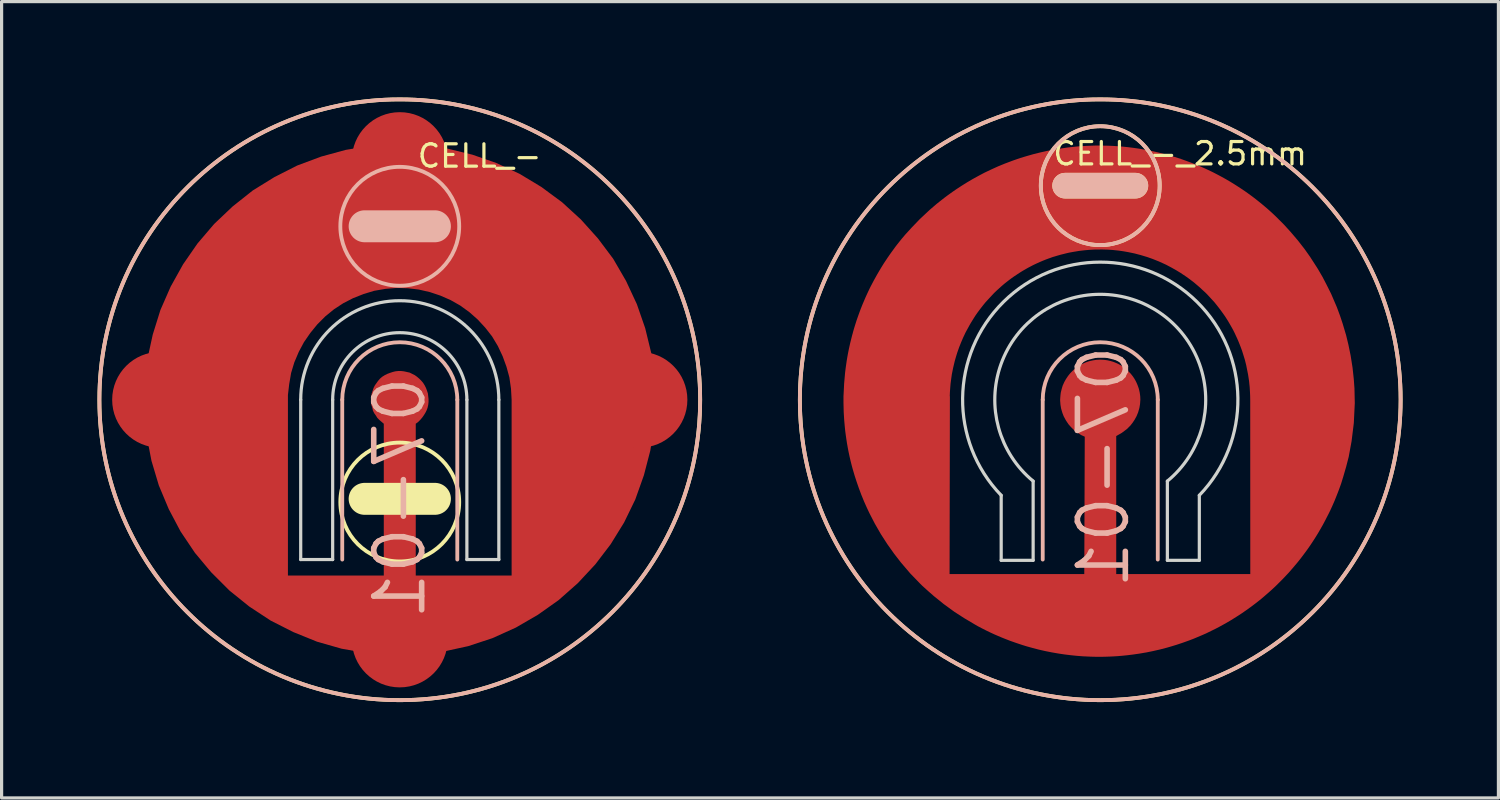
<source format=kicad_pcb>
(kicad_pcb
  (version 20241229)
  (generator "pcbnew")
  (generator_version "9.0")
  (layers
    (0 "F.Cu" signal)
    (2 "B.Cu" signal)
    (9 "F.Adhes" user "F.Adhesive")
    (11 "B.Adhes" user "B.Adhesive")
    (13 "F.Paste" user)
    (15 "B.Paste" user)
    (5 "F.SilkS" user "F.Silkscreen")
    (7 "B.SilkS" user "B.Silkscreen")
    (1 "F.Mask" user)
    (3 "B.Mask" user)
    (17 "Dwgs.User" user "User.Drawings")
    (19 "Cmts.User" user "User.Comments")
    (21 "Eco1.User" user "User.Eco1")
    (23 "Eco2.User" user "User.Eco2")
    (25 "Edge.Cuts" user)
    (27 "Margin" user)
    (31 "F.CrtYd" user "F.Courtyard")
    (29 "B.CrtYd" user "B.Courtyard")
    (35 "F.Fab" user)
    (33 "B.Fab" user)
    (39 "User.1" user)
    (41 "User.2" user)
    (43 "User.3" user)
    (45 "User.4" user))
  (footprint "CELL_-"
    (layer "F.Cu")
    (at 9.46 9.531)
    (property "Reference" "CELL_-" (at 2.5 -7.7 0) (layer "F.SilkS") (effects (font (size 0.7 0.7) (thickness 0.1))))
    (property "Number" "07-01" (at 0 0 0) (layer "F.Fab") (hide yes) (effects (font (size 1.27 1.27) (thickness 0.15))))
    (attr through_hole)
    (fp_line (start -1.1 3.029) (end 1.1 3.029) (stroke (width 1) (type solid)) (layer "F.SilkS"))
    (fp_circle (center 0 -0.071) (end 9.4 -0.071) (stroke (width 0.12) (type solid)) (fill no) (layer "F.SilkS"))
    (fp_circle (center 0 3.129) (end -1.5 2.029) (stroke (width 0.12) (type solid)) (fill no) (layer "F.SilkS"))
    (fp_line (start -1.8 -0.071) (end -1.8 4.929) (stroke (width 0.12) (type solid)) (layer "B.SilkS"))
    (fp_line (start -1.1 -5.5) (end 1.1 -5.5) (stroke (width 1) (type solid)) (layer "B.SilkS"))
    (fp_line (start 1.8 -0.071) (end 1.8 4.929) (stroke (width 0.12) (type solid)) (layer "B.SilkS"))
    (fp_arc (start -1.8 -0.070892) (mid 0 -1.870892) (end 1.8 -0.070892) (stroke (width 0.12) (type solid)) (layer "B.SilkS"))
    (fp_circle (center 0 -5.5) (end 1.86 -5.5) (stroke (width 0.12) (type solid)) (fill no) (layer "B.SilkS"))
    (fp_circle (center 0 -0.071) (end 9.4 -0.071) (stroke (width 0.12) (type solid)) (fill no) (layer "B.SilkS"))
    (fp_line (start -3.1 -0.071) (end -3.1 4.929) (stroke (width 0.1) (type solid)) (layer "Edge.Cuts"))
    (fp_line (start -3.1 4.929) (end -2.1 4.929) (stroke (width 0.1) (type solid)) (layer "Edge.Cuts"))
    (fp_line (start -2.1 4.929) (end -2.1 -0.071) (stroke (width 0.1) (type solid)) (layer "Edge.Cuts"))
    (fp_line (start 2.1 -0.071) (end 2.1 4.929) (stroke (width 0.1) (type solid)) (layer "Edge.Cuts"))
    (fp_line (start 2.1 4.929) (end 3.1 4.929) (stroke (width 0.1) (type solid)) (layer "Edge.Cuts"))
    (fp_line (start 3.1 4.929) (end 3.1 -0.071) (stroke (width 0.1) (type solid)) (layer "Edge.Cuts"))
    (fp_arc (start -3.1 -0.070892) (mid 0 -3.170892) (end 3.1 -0.070892) (stroke (width 0.1) (type solid)) (layer "Edge.Cuts"))
    (fp_arc (start -2.1 -0.070892) (mid 0 -2.170892) (end 2.1 -0.070892) (stroke (width 0.1) (type solid)) (layer "Edge.Cuts"))
    (fp_text user "${Number}" (at 0 3 90) (layer "B.SilkS") (effects (font (size 1.5 1.5) (thickness 0.175)) (justify mirror)))
    (pad "" smd circle (at 0 -0.071) (size 1.8 1.8) (layers "F.Mask"))
    (pad "" smd circle (at 0 -0.071) (size 4 4) (layers "F.Paste"))
    (pad "1" smd circle (at -7.5 -0.071) (size 3 3) (layers "F.Cu"))
    (pad "1" smd circle (at 0 -7.571) (size 3 3) (layers "F.Cu"))
    (pad "1" smd custom (at 0 -0.071) (size 1 1) (layers "F.Cu") (options (anchor circle)) (primitives (gr_poly (pts (xy -6.41 4.79) (xy -6.86 4.12) (xy -7.23 3.42) (xy -7.54 2.68) (xy -7.77 1.91) (xy -7.92 1.13) (xy -7.99 0.33) (xy -7.99 -0.47) (xy -7.9 -1.26) (xy -7.73 -2.04) (xy -7.49 -2.81) (xy -7.17 -3.54) (xy -6.78 -4.24) (xy -6.33 -4.89) (xy -5.81 -5.5) (xy -5.23 -6.05) (xy -4.6 -6.55) (xy -3.92 -6.97) (xy -3.21 -7.33) (xy -2.46 -7.61) (xy -1.69 -7.82) (xy -0.9 -7.95) (xy -0.1 -8) (xy 0.7 -7.97) (xy 1.49 -7.86) (xy 2.27 -7.67) (xy 3.02 -7.41) (xy 3.75 -7.07) (xy 4.43 -6.66) (xy 5.08 -6.18) (xy 5.67 -5.64) (xy 6.2 -5.05) (xy 6.68 -4.41) (xy 7.08 -3.72) (xy 7.42 -2.99) (xy 7.68 -2.24) (xy 7.87 -1.46) (xy 7.97 -0.66) (xy 7.995 0) (xy 8 0) (xy 7.997 0.056) (xy 8 0.13) (xy 7.994 0.13) (xy 7.96 0.8) (xy 7.84 1.59) (xy 7.64 2.36) (xy 7.37 3.12) (xy 7.02 3.84) (xy 6.6 4.52) (xy 6.12 5.15) (xy 5.57 5.74) (xy 4.97 6.27) (xy 4.32 6.73) (xy 3.63 7.13) (xy 2.9 7.46) (xy 2.14 7.71) (xy 1.36 7.88) (xy 0.57 7.98) (xy -0.23 8) (xy -1.03 7.93) (xy -1.82 7.79) (xy -2.59 7.57) (xy -3.33 7.27) (xy -4.04 6.91) (xy -4.71 6.47) (xy -5.33 5.97) (xy -5.8 5.5) (xy -3.5 5.5) (xy -0.5 5.5) (xy -0.5 0.75) (xy -0.64 0.63) (xy -0.7 0.57) (xy -0.75 0.49) (xy -0.8 0.42) (xy -0.84 0.34) (xy -0.86 0.25) (xy -0.89 0.16) (xy -0.9 0.07) (xy -0.9 -0.02) (xy -0.89 -0.11) (xy -0.88 -0.19) (xy -0.82 -0.37) (xy -0.78 -0.45) (xy -0.68 -0.59) (xy -0.62 -0.66) (xy -0.55 -0.72) (xy -0.47 -0.77) (xy -0.39 -0.81) (xy -0.31 -0.84) (xy -0.22 -0.87) (xy -0.14 -0.89) (xy -0.05 -0.9) (xy 0.04 -0.9) (xy 0.13 -0.89) (xy 0.31 -0.85) (xy 0.47 -0.77) (xy 0.54 -0.72) (xy 0.61 -0.66) (xy 0.67 -0.6) (xy 0.73 -0.53) (xy 0.78 -0.45) (xy 0.82 -0.37) (xy 0.85 -0.29) (xy 0.88 -0.2) (xy 0.9 -0.02) (xy 0.9 0.07) (xy 0.89 0.16) (xy 0.87 0.25) (xy 0.84 0.33) (xy 0.8 0.41) (xy 0.75 0.49) (xy 0.7 0.56) (xy 0.64 0.63) (xy 0.58 0.69) (xy 0.5 0.75) (xy 0.5 5.5) (xy 3.5 5.5) (xy 3.5 0) (xy 3.48 -0.35) (xy 3.43 -0.7) (xy 3.34 -1.03) (xy 3.22 -1.36) (xy 3.07 -1.68) (xy 2.89 -1.98) (xy 2.68 -2.25) (xy 2.44 -2.51) (xy 2.18 -2.74) (xy 1.89 -2.95) (xy 1.59 -3.12) (xy 1.27 -3.26) (xy 0.94 -3.37) (xy 0.59 -3.45) (xy 0.25 -3.49) (xy -0.1 -3.5) (xy -0.45 -3.47) (xy -0.8 -3.41) (xy -1.13 -3.31) (xy -1.46 -3.18) (xy -1.77 -3.02) (xy -2.06 -2.83) (xy -2.33 -2.61) (xy -2.58 -2.36) (xy -2.8 -2.09) (xy -3 -1.8) (xy -3.16 -1.5) (xy -3.3 -1.17) (xy -3.4 -0.84) (xy -3.46 -0.49) (xy -3.5 -0.15) (xy -3.5 5.5) (xy -5.8 5.5) (xy -5.9 5.4)) (width 0) (fill yes))))
    (pad "1" smd circle (at 0 7.429) (size 3 3) (layers "F.Cu"))
    (pad "1" smd circle (at 7.5 -0.071) (size 3 3) (layers "F.Cu"))
    (zone (net_name "") (layers "F.Cu" "B.Cu") (hatch edge 0.508) (connect_pads) (min_thickness 0.254) (filled_areas_thickness no) (keepout (tracks not_allowed) (vias not_allowed) (pads allowed) (copperpour not_allowed) (footprints allowed)) (placement (enabled no)) (fill) (polygon (pts (xy 11.56 9.231) (xy 11.46 8.631) (xy 11.16 8.131) (xy 10.66 7.631) (xy 10.26 7.431) (xy 9.56 7.331) (xy 9.5 8.531) (xy 9.68 8.561) (xy 9.85 8.621) (xy 10 8.711) (xy 10.13 8.831) (xy 10.215 8.941) (xy 10.28 9.061) (xy 10.34 9.231) (xy 10.36 9.411) (xy 10.355 9.546) (xy 10.33 9.681) (xy 10.28 9.801) (xy 10.21 9.921) (xy 10.1 10.061) (xy 9.96 10.181) (xy 8.96 10.181) (xy 8.82 10.061) (xy 8.71 9.921) (xy 8.62 9.771) (xy 8.565 9.546) (xy 8.57 9.321) (xy 8.61 9.151) (xy 8.68 8.981) (xy 8.78 8.841) (xy 8.91 8.711) (xy 9.07 8.621) (xy 9.24 8.561) (xy 9.41 8.531) (xy 9.36 7.331) (xy 9.06 7.331) (xy 8.66 7.431) (xy 8.16 7.731) (xy 7.76 8.131) (xy 7.56 8.531) (xy 7.36 9.031) (xy 7.36 9.431) (xy 7.36 9.931) (xy 7.36 14.931) (xy 11.56 14.931) (xy 11.56 9.931)))))
  (footprint "CELL_-_2.5mm"
    (layer "F.Cu")
    (at 31.38 9.46)
    (property "Reference" "CELL_-_2.5mm" (at 2.5 -7.7 0) (layer "F.SilkS") (effects (font (size 0.7 0.7) (thickness 0.1))))
    (property "Number" "07-01" (at 0 0 0) (layer "F.Fab") (hide yes) (effects (font (size 1.27 1.27) (thickness 0.15))))
    (attr through_hole exclude_from_pos_files exclude_from_bom)
    (fp_line (start -1.1 -6.7) (end 1.1 -6.7) (stroke (width 0.8) (type solid)) (layer "F.SilkS"))
    (fp_circle (center 0 -6.7) (end 1.86 -6.7) (stroke (width 0.12) (type solid)) (fill no) (layer "F.SilkS"))
    (fp_circle (center 0 0) (end 9.4 0) (stroke (width 0.12) (type solid)) (fill no) (layer "F.SilkS"))
    (fp_line (start -1.8 0) (end -1.8 5) (stroke (width 0.12) (type solid)) (layer "B.SilkS"))
    (fp_line (start -1.1 -6.7) (end 1.1 -6.7) (stroke (width 0.8) (type solid)) (layer "B.SilkS"))
    (fp_line (start 1.8 0) (end 1.8 5) (stroke (width 0.12) (type solid)) (layer "B.SilkS"))
    (fp_arc (start -1.8 0) (mid 0 -1.8) (end 1.8 0) (stroke (width 0.12) (type solid)) (layer "B.SilkS"))
    (fp_circle (center 0 -6.7) (end 1.86 -6.7) (stroke (width 0.12) (type solid)) (fill no) (layer "B.SilkS"))
    (fp_circle (center 0 0) (end 9.4 0) (stroke (width 0.12) (type solid)) (fill no) (layer "B.SilkS"))
    (fp_line (start -3.1 2.991) (end -3.1 5.024) (stroke (width 0.1) (type solid)) (layer "Edge.Cuts"))
    (fp_line (start -3.1 5.024) (end -2.1 5.024) (stroke (width 0.1) (type solid)) (layer "Edge.Cuts"))
    (fp_line (start -2.1 5.024) (end -2.1 2.546) (stroke (width 0.1) (type solid)) (layer "Edge.Cuts"))
    (fp_line (start 2.1 2.546) (end 2.1 5.024) (stroke (width 0.1) (type solid)) (layer "Edge.Cuts"))
    (fp_line (start 2.1 5.024) (end 3.1 5.024) (stroke (width 0.1) (type solid)) (layer "Edge.Cuts"))
    (fp_line (start 3.1 5.024) (end 3.1 2.991) (stroke (width 0.1) (type solid)) (layer "Edge.Cuts"))
    (fp_arc (start -3.1 2.9906) (mid 0 -4.307333) (end 3.1 2.9906) (stroke (width 0.1) (type solid)) (layer "Edge.Cuts"))
    (fp_arc (start -2.1 2.54576) (mid 0 -3.300141) (end 2.1 2.54576) (stroke (width 0.1) (type solid)) (layer "Edge.Cuts"))
    (fp_text user "${Number}" (at 0.1 2.1 90) (unlocked yes) (layer "B.SilkS") (effects (font (size 1.5 1.5) (thickness 0.175)) (justify mirror)))
    (pad "" smd circle (at 0 0) (size 2.5 2.5) (layers "F.Mask"))
    (pad "" smd circle (at 0 0) (size 5.6 5.6) (layers "F.Paste"))
    (pad "1" smd custom (at -0.005 0.095) (size 1 1) (layers "F.Cu") (options (anchor rect)) (primitives (gr_poly (pts (xy 0.11 -1.345) (xy 0.16 -1.34) (xy 0.23 -1.33) (xy 0.32 -1.31) (xy 0.41 -1.283) (xy 0.47 -1.26) (xy 0.54 -1.23) (xy 0.6 -1.2) (xy 0.7 -1.14) (xy 0.77 -1.09) (xy 0.83 -1.04) (xy 0.96 -0.91) (xy 1.03 -0.82) (xy 1.07 -0.76) (xy 1.11 -0.69) (xy 1.14 -0.63) (xy 1.17 -0.56) (xy 1.199 -0.48) (xy 1.209 -0.45) (xy 1.22 -0.41) (xy 1.229 -0.37) (xy 1.24 -0.32) (xy 1.25 -0.25) (xy 1.256 -0.2) (xy 1.258 -0.15) (xy 1.26 -0.1) (xy 1.25 0.04) (xy 1.23 0.16) (xy 1.19 0.3) (xy 1.14 0.42) (xy 1.08 0.53) (xy 1.02 0.62) (xy 0.95 0.71) (xy 0.84 0.82) (xy 0.68 0.94) (xy 0.61 0.98) (xy 0.505 1.04) (xy 0.505 5.36) (xy 4.71 5.36) (xy 5.78 5.335) (xy 5.57 5.56) (xy 5.03 6.085) (xy 4.505 6.46) (xy 3.78 6.91) (xy 3.605 7.01) (xy 2.93 7.31) (xy 2.18 7.56) (xy 1.405 7.735) (xy 0.58 7.835) (xy -0.22 7.86) (xy -1.07 7.785) (xy -1.77 7.66) (xy -2.57 7.435) (xy -3.32 7.135) (xy -3.995 6.785) (xy -4.695 6.335) (xy -5.32 5.835) (xy -5.87 5.36) (xy -0.495 5.36) (xy -0.48 1.06) (xy -0.59 1.01) (xy -0.72 0.93) (xy -0.83 0.84) (xy -0.92 0.75) (xy -0.99 0.67) (xy -1.07 0.55) (xy -1.14 0.42) (xy -1.182 0.31) (xy -1.22 0.18) (xy -1.24 0.06) (xy -1.25 -0.07) (xy -1.25 -0.11) (xy -1.24 -0.24) (xy -1.23 -0.32) (xy -1.2 -0.44) (xy -1.17 -0.54) (xy -1.12 -0.65) (xy -1.07 -0.74) (xy -1.01 -0.83) (xy -0.98 -0.87) (xy -0.93 -0.93) (xy -0.85 -1.011) (xy -0.82 -1.04) (xy -0.76 -1.09) (xy -0.69 -1.14) (xy -0.59 -1.2) (xy -0.53 -1.23) (xy -0.46 -1.26) (xy -0.38 -1.29) (xy -0.31 -1.31) (xy -0.22 -1.329) (xy -0.15 -1.34) (xy -0.11 -1.345) (xy -0.02 -1.35) (xy 0.02 -1.35)) (width 0) (fill yes)) (gr_poly (pts (xy 0.26 -8.045) (xy 0.38 -8.04) (xy 0.47 -8.035) (xy 0.67 -8.02) (xy 0.725 -8.015) (xy 0.87 -8) (xy 1.03 -7.98) (xy 1.17 -7.96) (xy 1.235 -7.95) (xy 1.35 -7.93) (xy 1.46 -7.91) (xy 1.66 -7.87) (xy 1.75 -7.85) (xy 1.815 -7.835) (xy 1.887 -7.817) (xy 2.03 -7.78) (xy 2.14 -7.75) (xy 2.28 -7.71) (xy 2.44 -7.66) (xy 2.56 -7.62) (xy 2.615 -7.6) (xy 2.672 -7.58) (xy 2.726 -7.56) (xy 2.86 -7.51) (xy 3.01 -7.45) (xy 3.095 -7.415) (xy 3.147 -7.393) (xy 3.184 -7.376) (xy 3.237 -7.353) (xy 3.281 -7.333) (xy 3.351 -7.301) (xy 3.5 -7.23) (xy 3.58 -7.19) (xy 3.685 -7.135) (xy 3.77 -7.09) (xy 3.88 -7.03) (xy 3.95 -6.99) (xy 4.07 -6.92) (xy 4.2 -6.84) (xy 4.31 -6.77) (xy 4.55 -6.61) (xy 4.62 -6.56) (xy 4.73 -6.48) (xy 4.81 -6.42) (xy 4.875 -6.37) (xy 4.933 -6.324) (xy 5.05 -6.23) (xy 5.145 -6.15) (xy 5.228 -6.08) (xy 5.34 -5.98) (xy 5.4 -5.925) (xy 5.5 -5.83) (xy 5.76 -5.57) (xy 5.96 -5.35) (xy 6.19 -5.08) (xy 6.4 -4.81) (xy 6.57 -4.57) (xy 6.809 -4.199) (xy 6.96 -3.94) (xy 7.09 -3.69) (xy 7.23 -3.41) (xy 7.41 -2.99) (xy 7.51 -2.72) (xy 7.59 -2.48) (xy 7.7 -2.11) (xy 7.77 -1.82) (xy 7.84 -1.48) (xy 7.9 -1.1) (xy 7.939 -0.74) (xy 7.96 -0.45) (xy 7.97 0.01) (xy 7.94 0.63) (xy 7.87 1.2) (xy 7.78 1.69) (xy 7.7 2) (xy 7.61 2.31) (xy 7.544 2.525) (xy 7.51 2.62) (xy 7.47 2.73) (xy 7.42 2.86) (xy 7.34 3.06) (xy 7.27 3.22) (xy 7.22 3.33) (xy 7.17 3.435) (xy 7.08 3.61) (xy 7.05 3.67) (xy 6.97 3.82) (xy 6.89 3.96) (xy 6.82 4.08) (xy 6.74 4.21) (xy 6.65 4.35) (xy 6.57 4.47) (xy 6.45 4.64) (xy 6.3 4.84) (xy 6.19 4.98) (xy 6.03 5.17) (xy 5.89 5.33) (xy 5.72 5.51) (xy 5.51 5.72) (xy 5.36 5.86) (xy 5.27 5.94) (xy 5.12 6.07) (xy 5 6.17) (xy 4.86 6.28) (xy 4.7 6.4) (xy 4.56 6.5) (xy 4.43 6.59) (xy 4.26 6.7) (xy 4.1 6.8) (xy 3.93 6.9) (xy 3.73 7.01) (xy 3.615 7.07) (xy 3.362 7.194) (xy 3.24 7.25) (xy 3.17 7.28) (xy 2.943 7.376) (xy 2.886 7.398) (xy 2.793 7.434) (xy 2.72 7.46) (xy 2.58 7.51) (xy 2.4 7.57) (xy 2.27 7.61) (xy 2.1 7.66) (xy 1.87 7.72) (xy 1.65 7.77) (xy 1.46 7.809) (xy 1.22 7.85) (xy 1.01 7.88) (xy 0.845 7.9) (xy 0.698 7.915) (xy 0.544 7.928) (xy 0.447 7.934) (xy 0.33 7.94) (xy 0.19 7.945) (xy 0.105 7.947) (xy -0.083 7.949) (xy -0.291 7.944) (xy -0.546 7.932) (xy -0.748 7.916) (xy -0.92 7.898) (xy -1.115 7.874) (xy -1.297 7.847) (xy -1.51 7.81) (xy -1.71 7.77) (xy -1.8 7.75) (xy -1.93 7.72) (xy -2.12 7.67) (xy -2.3 7.62) (xy -2.43 7.58) (xy -2.61 7.52) (xy -2.81 7.45) (xy -2.99 7.38) (xy -3.09 7.34) (xy -3.3 7.25) (xy -3.43 7.19) (xy -3.575 7.12) (xy -3.712 7.05) (xy -3.836 6.985) (xy -3.93 6.93) (xy -4.25 6.74) (xy -4.56 6.54) (xy -4.89 6.3) (xy -5.2 6.05) (xy -5.36 5.91) (xy -5.56 5.73) (xy -5.65 5.64) (xy -5.94 5.34) (xy -6.23 5) (xy -6.44 4.73) (xy -6.66 4.42) (xy -6.86 4.11) (xy -7.05 3.78) (xy -7.22 3.45) (xy -7.3 3.28) (xy -7.385 3.09) (xy -7.473 2.875) (xy -7.551 2.667) (xy -7.616 2.479) (xy -7.678 2.289) (xy -7.734 2.1) (xy -7.762 2) (xy -7.79 1.89) (xy -7.81 1.81) (xy -7.84 1.68) (xy -7.87 1.54) (xy -7.88 1.49) (xy -7.893 1.42) (xy -7.92 1.27) (xy -7.94 1.14) (xy -7.96 1) (xy -7.977 0.87) (xy -7.988 0.76) (xy -8.007 0.55) (xy -8.023 0.29) (xy -8.03 -0.000006) (xy -8.03 -0.21) (xy -8.025 -0.299) (xy -4.716 -0.299) (xy -4.7 -0.19) (xy -4.71 5.38) (xy 4.7 5.38) (xy 4.698 -0.058) (xy 4.696 -0.203) (xy 4.691 -0.323) (xy 4.681 -0.493) (xy 4.661 -0.683) (xy 4.631 -0.883) (xy 4.571 -1.183) (xy 4.531 -1.343) (xy 4.491 -1.473) (xy 4.441 -1.633) (xy 4.381 -1.793) (xy 4.321 -1.943) (xy 4.271 -2.053) (xy 4.211 -2.183) (xy 4.161 -2.283) (xy 4.111 -2.373) (xy 4.071 -2.443) (xy 4.001 -2.563) (xy 3.931 -2.673) (xy 3.891 -2.733) (xy 3.791 -2.873) (xy 3.731 -2.953) (xy 3.661 -3.043) (xy 3.581 -3.143) (xy 3.471 -3.263) (xy 3.351 -3.393) (xy 3.291 -3.453) (xy 3.181 -3.553) (xy 3.161 -3.573) (xy 3.071 -3.653) (xy 2.941 -3.763) (xy 2.811 -3.863) (xy 2.701 -3.943) (xy 2.521 -4.063) (xy 2.391 -4.143) (xy 2.231 -4.233) (xy 2.061 -4.323) (xy 1.841 -4.423) (xy 1.641 -4.503) (xy 1.471 -4.563) (xy 1.271 -4.623) (xy 1.081 -4.673) (xy 0.891 -4.713) (xy 0.721 -4.743) (xy 0.581 -4.763) (xy 0.391 -4.783) (xy 0.241 -4.793) (xy 0.061 -4.798) (xy -0.164 -4.796) (xy -0.329 -4.787) (xy -0.489 -4.773) (xy -0.659 -4.753) (xy -0.839 -4.723) (xy -0.949 -4.703) (xy -1.009 -4.69) (xy -1.039 -4.683) (xy -1.239 -4.633) (xy -1.379 -4.593) (xy -1.409 -4.583) (xy -1.479 -4.563) (xy -1.589 -4.523) (xy -1.619 -4.513) (xy -1.699 -4.483) (xy -1.799 -4.443) (xy -1.869 -4.413) (xy -1.959 -4.373) (xy -2.024 -4.343) (xy -2.097 -4.308) (xy -2.16 -4.275) (xy -2.259 -4.223) (xy -2.399 -4.143) (xy -2.449 -4.113) (xy -2.529 -4.063) (xy -2.709 -3.943) (xy -2.779 -3.893) (xy -2.859 -3.833) (xy -2.949 -3.763) (xy -2.999 -3.723) (xy -3.069 -3.663) (xy -3.109 -3.628) (xy -3.159 -3.583) (xy -3.174 -3.568) (xy -3.222 -3.526) (xy -3.319 -3.433) (xy -3.459 -3.283) (xy -3.579 -3.153) (xy -3.649 -3.068) (xy -3.739 -2.953) (xy -3.829 -2.833) (xy -3.899 -2.733) (xy -3.969 -2.623) (xy -4.049 -2.493) (xy -4.089 -2.423) (xy -4.209 -2.203) (xy -4.289 -2.033) (xy -4.349 -1.893) (xy -4.409 -1.743) (xy -4.469 -1.573) (xy -4.509 -1.443) (xy -4.549 -1.303) (xy -4.599 -1.093) (xy -4.639 -0.893) (xy -4.659 -0.753) (xy -4.679 -0.603) (xy -4.689 -0.483) (xy -4.699 -0.343) (xy -4.704 -0.218) (xy -4.716 -0.299) (xy -8.025 -0.299) (xy -8.01 -0.6) (xy -7.98 -0.94) (xy -7.96 -1.1) (xy -7.93 -1.31) (xy -7.91 -1.43) (xy -7.89 -1.54) (xy -7.86 -1.69) (xy -7.82 -1.87) (xy -7.76 -2.11) (xy -7.74 -2.18) (xy -7.73 -2.22) (xy -7.716 -2.269) (xy -7.71 -2.29) (xy -7.68 -2.39) (xy -7.645 -2.501) (xy -7.62 -2.58) (xy -7.56 -2.75) (xy -7.52 -2.86) (xy -7.49 -2.94) (xy -7.43 -3.09) (xy -7.34 -3.3) (xy -7.32 -3.345) (xy -7.26 -3.475) (xy -7.235 -3.527) (xy -7.213 -3.574) (xy -7.18 -3.64) (xy -7.08 -3.83) (xy -6.98 -4.01) (xy -6.91 -4.13) (xy -6.85 -4.23) (xy -6.77 -4.36) (xy -6.65 -4.54) (xy -6.56 -4.67) (xy -6.4 -4.89) (xy -6.35 -4.955) (xy -6.21 -5.13) (xy -6.1 -5.26) (xy -5.89 -5.49) (xy -5.64 -5.75) (xy -5.33 -6.04) (xy -5.12 -6.22) (xy -5.02 -6.3) (xy -4.88 -6.41) (xy -4.76 -6.5) (xy -4.62 -6.6) (xy -4.49 -6.69) (xy -4.32 -6.8) (xy -4.16 -6.9) (xy -3.99 -7) (xy -3.79 -7.11) (xy -3.62 -7.2) (xy -3.41 -7.3) (xy -3.19 -7.4) (xy -2.97 -7.49) (xy -2.73 -7.58) (xy -2.5 -7.66) (xy -2.3 -7.72) (xy -2.09 -7.78) (xy -1.89 -7.83) (xy -1.67 -7.88) (xy -1.35 -7.94) (xy -1.01 -7.99) (xy -0.73 -8.02) (xy -0.6 -8.03) (xy -0.43 -8.04) (xy -0.16 -8.05) (xy 0 -8.05)) (width 0) (fill yes))))
    (zone (net_name "") (layers "F.Cu" "B.Cu") (hatch edge 0.508) (connect_pads) (min_thickness 0.254) (filled_areas_thickness no) (keepout (tracks not_allowed) (vias not_allowed) (pads allowed) (copperpour not_allowed) (footprints allowed)) (placement (enabled no)) (fill) (polygon (pts (xy 34.73 9.455) (xy 34.72 9.235) (xy 34.71 9.105) (xy 34.665 8.806) (xy 34.62 8.625) (xy 34.58 8.465) (xy 34.48 8.185) (xy 34.34 7.885) (xy 34.17 7.605) (xy 34.15 7.575) (xy 34.06 7.455) (xy 33.97 7.335) (xy 33.79 7.135) (xy 33.72 7.065) (xy 33.5 6.865) (xy 33.24 6.675) (xy 32.96 6.505) (xy 32.67 6.365) (xy 32.36 6.255) (xy 32.04 6.175) (xy 31.7 6.125) (xy 31.48 6.115) (xy 31.44 8.208) (xy 31.485 8.21) (xy 31.51 8.213) (xy 31.605 8.225) (xy 31.695 8.245) (xy 31.815 8.284) (xy 31.915 8.325) (xy 31.975 8.355) (xy 32.075 8.415) (xy 32.145 8.465) (xy 32.205 8.515) (xy 32.27 8.58) (xy 32.335 8.645) (xy 32.405 8.735) (xy 32.465 8.83) (xy 32.5 8.895) (xy 32.545 8.995) (xy 32.584 9.105) (xy 32.604 9.185) (xy 32.62 9.27) (xy 32.631 9.355) (xy 32.635 9.455) (xy 32.625 9.595) (xy 32.605 9.715) (xy 32.565 9.855) (xy 32.515 9.975) (xy 32.455 10.085) (xy 32.395 10.175) (xy 32.325 10.265) (xy 32.215 10.375) (xy 32.135 10.435) (xy 32.055 10.495) (xy 31.88 10.595) (xy 30.895 10.615) (xy 30.785 10.565) (xy 30.655 10.485) (xy 30.545 10.395) (xy 30.455 10.305) (xy 30.385 10.225) (xy 30.305 10.105) (xy 30.235 9.975) (xy 30.193 9.865) (xy 30.155 9.735) (xy 30.135 9.615) (xy 30.125 9.485) (xy 30.125 9.445) (xy 30.135 9.315) (xy 30.145 9.235) (xy 30.175 9.115) (xy 30.205 9.015) (xy 30.255 8.905) (xy 30.305 8.815) (xy 30.365 8.725) (xy 30.395 8.685) (xy 30.445 8.625) (xy 30.555 8.515) (xy 30.615 8.465) (xy 30.685 8.415) (xy 30.785 8.355) (xy 30.845 8.325) (xy 30.915 8.295) (xy 30.995 8.265) (xy 31.065 8.245) (xy 31.19 8.22) (xy 31.31 8.208) (xy 31.28 6.115) (xy 31.05 6.125) (xy 30.72 6.175) (xy 30.4 6.255) (xy 30.1 6.365) (xy 29.8 6.505) (xy 29.52 6.675) (xy 29.26 6.865) (xy 28.99 7.115) (xy 28.79 7.335) (xy 28.59 7.605) (xy 28.42 7.885) (xy 28.28 8.185) (xy 28.17 8.495) (xy 28.09 8.825) (xy 28.046 9.124) (xy 28.03 9.445) (xy 28.03 14.955) (xy 34.73 14.955)))))
  (gr_rect
    (start -3 -3)
    (end 43.84 21.92)
    (stroke (width 0.1) (type default))
    (fill no)
    (layer "Edge.Cuts")))
</source>
